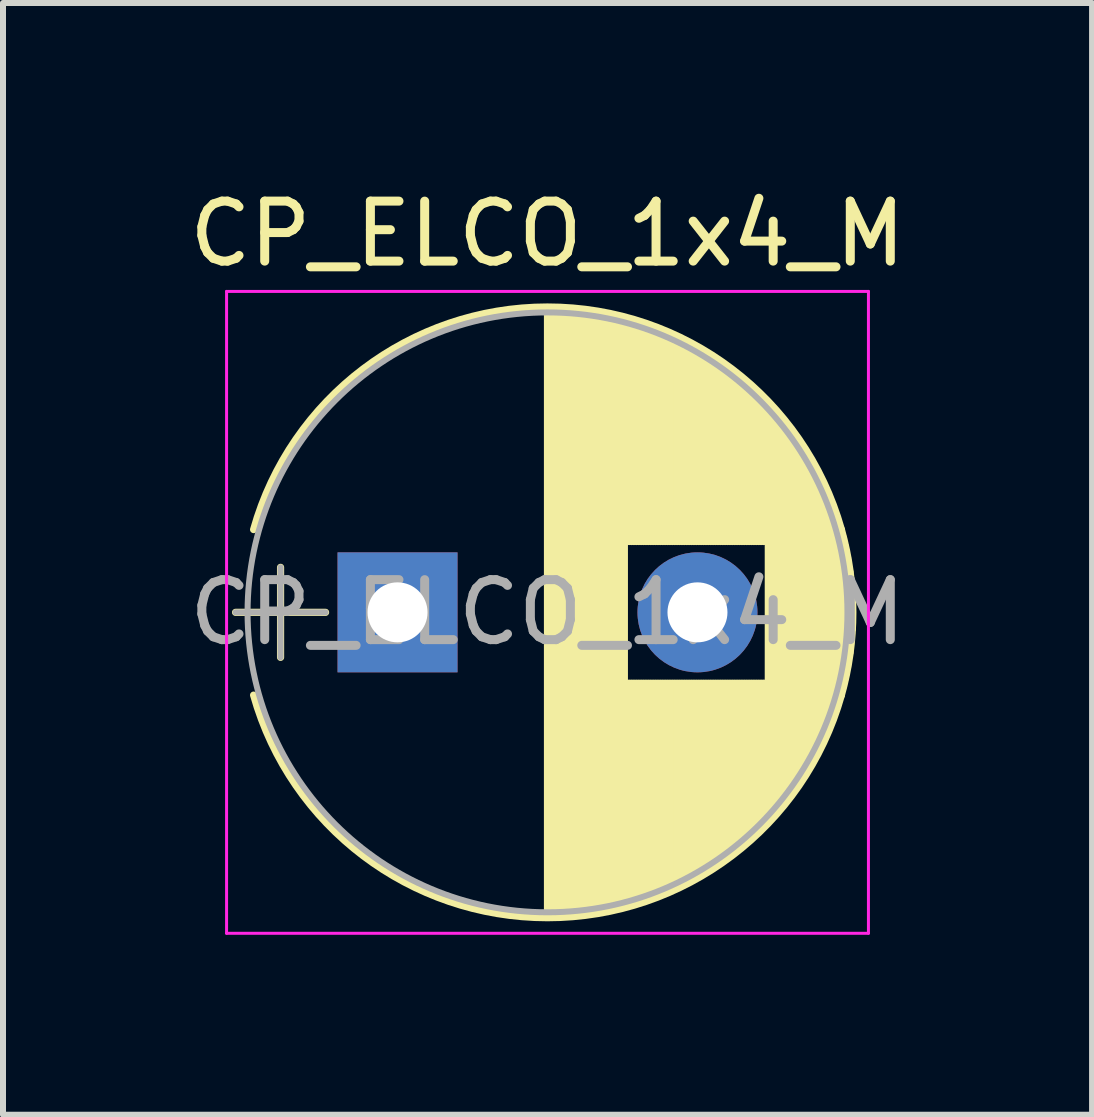
<source format=kicad_pcb>
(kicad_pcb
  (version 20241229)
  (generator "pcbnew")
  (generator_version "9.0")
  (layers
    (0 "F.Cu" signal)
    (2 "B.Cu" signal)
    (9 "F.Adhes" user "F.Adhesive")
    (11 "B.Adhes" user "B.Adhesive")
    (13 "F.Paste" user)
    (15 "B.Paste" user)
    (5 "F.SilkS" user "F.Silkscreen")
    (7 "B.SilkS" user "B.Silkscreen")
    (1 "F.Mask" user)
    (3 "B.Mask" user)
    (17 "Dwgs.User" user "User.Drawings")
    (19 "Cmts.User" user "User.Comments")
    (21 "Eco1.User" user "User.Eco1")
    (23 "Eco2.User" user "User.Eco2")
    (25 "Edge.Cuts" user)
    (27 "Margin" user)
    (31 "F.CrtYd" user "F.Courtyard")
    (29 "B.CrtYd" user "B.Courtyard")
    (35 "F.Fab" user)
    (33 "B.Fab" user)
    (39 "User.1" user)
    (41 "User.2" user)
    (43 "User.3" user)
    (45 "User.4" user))
  (footprint "CP_ELCO_1x4_M"
    (layer "F.Cu")
    (at 3.577 7.158)
    (property "Reference" "CP_ELCO_1x4_M" (at 2.5 -6.31 0) (layer "F.SilkS") (effects (font (size 1 1) (thickness 0.15))))
    (attr through_hole)
    (fp_line (start -2.7 0) (end -1.2 0) (stroke (width 0.12) (type solid)) (layer "F.SilkS"))
    (fp_line (start -1.95 -0.75) (end -1.95 0.75) (stroke (width 0.12) (type solid)) (layer "F.SilkS"))
    (fp_line (start 2.5 -5.05) (end 2.5 5.05) (stroke (width 0.12) (type solid)) (layer "F.SilkS"))
    (fp_line (start 2.54 -5.05) (end 2.54 5.05) (stroke (width 0.12) (type solid)) (layer "F.SilkS"))
    (fp_line (start 2.58 -5.05) (end 2.58 5.05) (stroke (width 0.12) (type solid)) (layer "F.SilkS"))
    (fp_line (start 2.62 -5.049) (end 2.62 5.049) (stroke (width 0.12) (type solid)) (layer "F.SilkS"))
    (fp_line (start 2.66 -5.048) (end 2.66 5.048) (stroke (width 0.12) (type solid)) (layer "F.SilkS"))
    (fp_line (start 2.7 -5.047) (end 2.7 5.047) (stroke (width 0.12) (type solid)) (layer "F.SilkS"))
    (fp_line (start 2.74 -5.045) (end 2.74 5.045) (stroke (width 0.12) (type solid)) (layer "F.SilkS"))
    (fp_line (start 2.78 -5.043) (end 2.78 5.043) (stroke (width 0.12) (type solid)) (layer "F.SilkS"))
    (fp_line (start 2.82 -5.04) (end 2.82 5.04) (stroke (width 0.12) (type solid)) (layer "F.SilkS"))
    (fp_line (start 2.86 -5.038) (end 2.86 5.038) (stroke (width 0.12) (type solid)) (layer "F.SilkS"))
    (fp_line (start 2.9 -5.035) (end 2.9 5.035) (stroke (width 0.12) (type solid)) (layer "F.SilkS"))
    (fp_line (start 2.94 -5.031) (end 2.94 5.031) (stroke (width 0.12) (type solid)) (layer "F.SilkS"))
    (fp_line (start 2.98 -5.028) (end 2.98 5.028) (stroke (width 0.12) (type solid)) (layer "F.SilkS"))
    (fp_line (start 3.02 -5.024) (end 3.02 5.024) (stroke (width 0.12) (type solid)) (layer "F.SilkS"))
    (fp_line (start 3.06 -5.02) (end 3.06 5.02) (stroke (width 0.12) (type solid)) (layer "F.SilkS"))
    (fp_line (start 3.1 -5.015) (end 3.1 5.015) (stroke (width 0.12) (type solid)) (layer "F.SilkS"))
    (fp_line (start 3.14 -5.01) (end 3.14 5.01) (stroke (width 0.12) (type solid)) (layer "F.SilkS"))
    (fp_line (start 3.18 -5.005) (end 3.18 5.005) (stroke (width 0.12) (type solid)) (layer "F.SilkS"))
    (fp_line (start 3.221 -4.999) (end 3.221 4.999) (stroke (width 0.12) (type solid)) (layer "F.SilkS"))
    (fp_line (start 3.261 -4.993) (end 3.261 4.993) (stroke (width 0.12) (type solid)) (layer "F.SilkS"))
    (fp_line (start 3.301 -4.987) (end 3.301 4.987) (stroke (width 0.12) (type solid)) (layer "F.SilkS"))
    (fp_line (start 3.341 -4.981) (end 3.341 4.981) (stroke (width 0.12) (type solid)) (layer "F.SilkS"))
    (fp_line (start 3.381 -4.974) (end 3.381 4.974) (stroke (width 0.12) (type solid)) (layer "F.SilkS"))
    (fp_line (start 3.421 -4.967) (end 3.421 4.967) (stroke (width 0.12) (type solid)) (layer "F.SilkS"))
    (fp_line (start 3.461 -4.959) (end 3.461 4.959) (stroke (width 0.12) (type solid)) (layer "F.SilkS"))
    (fp_line (start 3.501 -4.951) (end 3.501 4.951) (stroke (width 0.12) (type solid)) (layer "F.SilkS"))
    (fp_line (start 3.541 -4.943) (end 3.541 4.943) (stroke (width 0.12) (type solid)) (layer "F.SilkS"))
    (fp_line (start 3.581 -4.935) (end 3.581 4.935) (stroke (width 0.12) (type solid)) (layer "F.SilkS"))
    (fp_line (start 3.621 -4.926) (end 3.621 4.926) (stroke (width 0.12) (type solid)) (layer "F.SilkS"))
    (fp_line (start 3.661 -4.917) (end 3.661 4.917) (stroke (width 0.12) (type solid)) (layer "F.SilkS"))
    (fp_line (start 3.701 -4.907) (end 3.701 4.907) (stroke (width 0.12) (type solid)) (layer "F.SilkS"))
    (fp_line (start 3.741 -4.897) (end 3.741 4.897) (stroke (width 0.12) (type solid)) (layer "F.SilkS"))
    (fp_line (start 3.781 -4.887) (end 3.781 4.887) (stroke (width 0.12) (type solid)) (layer "F.SilkS"))
    (fp_line (start 3.821 -4.876) (end 3.821 -1.181) (stroke (width 0.12) (type solid)) (layer "F.SilkS"))
    (fp_line (start 3.821 1.181) (end 3.821 4.876) (stroke (width 0.12) (type solid)) (layer "F.SilkS"))
    (fp_line (start 3.861 -4.865) (end 3.861 -1.181) (stroke (width 0.12) (type solid)) (layer "F.SilkS"))
    (fp_line (start 3.861 1.181) (end 3.861 4.865) (stroke (width 0.12) (type solid)) (layer "F.SilkS"))
    (fp_line (start 3.901 -4.854) (end 3.901 -1.181) (stroke (width 0.12) (type solid)) (layer "F.SilkS"))
    (fp_line (start 3.901 1.181) (end 3.901 4.854) (stroke (width 0.12) (type solid)) (layer "F.SilkS"))
    (fp_line (start 3.941 -4.843) (end 3.941 -1.181) (stroke (width 0.12) (type solid)) (layer "F.SilkS"))
    (fp_line (start 3.941 1.181) (end 3.941 4.843) (stroke (width 0.12) (type solid)) (layer "F.SilkS"))
    (fp_line (start 3.981 -4.831) (end 3.981 -1.181) (stroke (width 0.12) (type solid)) (layer "F.SilkS"))
    (fp_line (start 3.981 1.181) (end 3.981 4.831) (stroke (width 0.12) (type solid)) (layer "F.SilkS"))
    (fp_line (start 4.021 -4.818) (end 4.021 -1.181) (stroke (width 0.12) (type solid)) (layer "F.SilkS"))
    (fp_line (start 4.021 1.181) (end 4.021 4.818) (stroke (width 0.12) (type solid)) (layer "F.SilkS"))
    (fp_line (start 4.061 -4.806) (end 4.061 -1.181) (stroke (width 0.12) (type solid)) (layer "F.SilkS"))
    (fp_line (start 4.061 1.181) (end 4.061 4.806) (stroke (width 0.12) (type solid)) (layer "F.SilkS"))
    (fp_line (start 4.101 -4.792) (end 4.101 -1.181) (stroke (width 0.12) (type solid)) (layer "F.SilkS"))
    (fp_line (start 4.101 1.181) (end 4.101 4.792) (stroke (width 0.12) (type solid)) (layer "F.SilkS"))
    (fp_line (start 4.141 -4.779) (end 4.141 -1.181) (stroke (width 0.12) (type solid)) (layer "F.SilkS"))
    (fp_line (start 4.141 1.181) (end 4.141 4.779) (stroke (width 0.12) (type solid)) (layer "F.SilkS"))
    (fp_line (start 4.181 -4.765) (end 4.181 -1.181) (stroke (width 0.12) (type solid)) (layer "F.SilkS"))
    (fp_line (start 4.181 1.181) (end 4.181 4.765) (stroke (width 0.12) (type solid)) (layer "F.SilkS"))
    (fp_line (start 4.221 -4.751) (end 4.221 -1.181) (stroke (width 0.12) (type solid)) (layer "F.SilkS"))
    (fp_line (start 4.221 1.181) (end 4.221 4.751) (stroke (width 0.12) (type solid)) (layer "F.SilkS"))
    (fp_line (start 4.261 -4.737) (end 4.261 -1.181) (stroke (width 0.12) (type solid)) (layer "F.SilkS"))
    (fp_line (start 4.261 1.181) (end 4.261 4.737) (stroke (width 0.12) (type solid)) (layer "F.SilkS"))
    (fp_line (start 4.301 -4.722) (end 4.301 -1.181) (stroke (width 0.12) (type solid)) (layer "F.SilkS"))
    (fp_line (start 4.301 1.181) (end 4.301 4.722) (stroke (width 0.12) (type solid)) (layer "F.SilkS"))
    (fp_line (start 4.341 -4.706) (end 4.341 -1.181) (stroke (width 0.12) (type solid)) (layer "F.SilkS"))
    (fp_line (start 4.341 1.181) (end 4.341 4.706) (stroke (width 0.12) (type solid)) (layer "F.SilkS"))
    (fp_line (start 4.381 -4.691) (end 4.381 -1.181) (stroke (width 0.12) (type solid)) (layer "F.SilkS"))
    (fp_line (start 4.381 1.181) (end 4.381 4.691) (stroke (width 0.12) (type solid)) (layer "F.SilkS"))
    (fp_line (start 4.421 -4.674) (end 4.421 -1.181) (stroke (width 0.12) (type solid)) (layer "F.SilkS"))
    (fp_line (start 4.421 1.181) (end 4.421 4.674) (stroke (width 0.12) (type solid)) (layer "F.SilkS"))
    (fp_line (start 4.461 -4.658) (end 4.461 -1.181) (stroke (width 0.12) (type solid)) (layer "F.SilkS"))
    (fp_line (start 4.461 1.181) (end 4.461 4.658) (stroke (width 0.12) (type solid)) (layer "F.SilkS"))
    (fp_line (start 4.501 -4.641) (end 4.501 -1.181) (stroke (width 0.12) (type solid)) (layer "F.SilkS"))
    (fp_line (start 4.501 1.181) (end 4.501 4.641) (stroke (width 0.12) (type solid)) (layer "F.SilkS"))
    (fp_line (start 4.541 -4.624) (end 4.541 -1.181) (stroke (width 0.12) (type solid)) (layer "F.SilkS"))
    (fp_line (start 4.541 1.181) (end 4.541 4.624) (stroke (width 0.12) (type solid)) (layer "F.SilkS"))
    (fp_line (start 4.581 -4.606) (end 4.581 -1.181) (stroke (width 0.12) (type solid)) (layer "F.SilkS"))
    (fp_line (start 4.581 1.181) (end 4.581 4.606) (stroke (width 0.12) (type solid)) (layer "F.SilkS"))
    (fp_line (start 4.621 -4.588) (end 4.621 -1.181) (stroke (width 0.12) (type solid)) (layer "F.SilkS"))
    (fp_line (start 4.621 1.181) (end 4.621 4.588) (stroke (width 0.12) (type solid)) (layer "F.SilkS"))
    (fp_line (start 4.661 -4.569) (end 4.661 -1.181) (stroke (width 0.12) (type solid)) (layer "F.SilkS"))
    (fp_line (start 4.661 1.181) (end 4.661 4.569) (stroke (width 0.12) (type solid)) (layer "F.SilkS"))
    (fp_line (start 4.701 -4.55) (end 4.701 -1.181) (stroke (width 0.12) (type solid)) (layer "F.SilkS"))
    (fp_line (start 4.701 1.181) (end 4.701 4.55) (stroke (width 0.12) (type solid)) (layer "F.SilkS"))
    (fp_line (start 4.741 -4.531) (end 4.741 -1.181) (stroke (width 0.12) (type solid)) (layer "F.SilkS"))
    (fp_line (start 4.741 1.181) (end 4.741 4.531) (stroke (width 0.12) (type solid)) (layer "F.SilkS"))
    (fp_line (start 4.781 -4.511) (end 4.781 -1.181) (stroke (width 0.12) (type solid)) (layer "F.SilkS"))
    (fp_line (start 4.781 1.181) (end 4.781 4.511) (stroke (width 0.12) (type solid)) (layer "F.SilkS"))
    (fp_line (start 4.821 -4.491) (end 4.821 -1.181) (stroke (width 0.12) (type solid)) (layer "F.SilkS"))
    (fp_line (start 4.821 1.181) (end 4.821 4.491) (stroke (width 0.12) (type solid)) (layer "F.SilkS"))
    (fp_line (start 4.861 -4.47) (end 4.861 -1.181) (stroke (width 0.12) (type solid)) (layer "F.SilkS"))
    (fp_line (start 4.861 1.181) (end 4.861 4.47) (stroke (width 0.12) (type solid)) (layer "F.SilkS"))
    (fp_line (start 4.901 -4.449) (end 4.901 -1.181) (stroke (width 0.12) (type solid)) (layer "F.SilkS"))
    (fp_line (start 4.901 1.181) (end 4.901 4.449) (stroke (width 0.12) (type solid)) (layer "F.SilkS"))
    (fp_line (start 4.941 -4.428) (end 4.941 -1.181) (stroke (width 0.12) (type solid)) (layer "F.SilkS"))
    (fp_line (start 4.941 1.181) (end 4.941 4.428) (stroke (width 0.12) (type solid)) (layer "F.SilkS"))
    (fp_line (start 4.981 -4.405) (end 4.981 -1.181) (stroke (width 0.12) (type solid)) (layer "F.SilkS"))
    (fp_line (start 4.981 1.181) (end 4.981 4.405) (stroke (width 0.12) (type solid)) (layer "F.SilkS"))
    (fp_line (start 5.021 -4.383) (end 5.021 -1.181) (stroke (width 0.12) (type solid)) (layer "F.SilkS"))
    (fp_line (start 5.021 1.181) (end 5.021 4.383) (stroke (width 0.12) (type solid)) (layer "F.SilkS"))
    (fp_line (start 5.061 -4.36) (end 5.061 -1.181) (stroke (width 0.12) (type solid)) (layer "F.SilkS"))
    (fp_line (start 5.061 1.181) (end 5.061 4.36) (stroke (width 0.12) (type solid)) (layer "F.SilkS"))
    (fp_line (start 5.101 -4.336) (end 5.101 -1.181) (stroke (width 0.12) (type solid)) (layer "F.SilkS"))
    (fp_line (start 5.101 1.181) (end 5.101 4.336) (stroke (width 0.12) (type solid)) (layer "F.SilkS"))
    (fp_line (start 5.141 -4.312) (end 5.141 -1.181) (stroke (width 0.12) (type solid)) (layer "F.SilkS"))
    (fp_line (start 5.141 1.181) (end 5.141 4.312) (stroke (width 0.12) (type solid)) (layer "F.SilkS"))
    (fp_line (start 5.181 -4.288) (end 5.181 -1.181) (stroke (width 0.12) (type solid)) (layer "F.SilkS"))
    (fp_line (start 5.181 1.181) (end 5.181 4.288) (stroke (width 0.12) (type solid)) (layer "F.SilkS"))
    (fp_line (start 5.221 -4.263) (end 5.221 -1.181) (stroke (width 0.12) (type solid)) (layer "F.SilkS"))
    (fp_line (start 5.221 1.181) (end 5.221 4.263) (stroke (width 0.12) (type solid)) (layer "F.SilkS"))
    (fp_line (start 5.261 -4.237) (end 5.261 -1.181) (stroke (width 0.12) (type solid)) (layer "F.SilkS"))
    (fp_line (start 5.261 1.181) (end 5.261 4.237) (stroke (width 0.12) (type solid)) (layer "F.SilkS"))
    (fp_line (start 5.301 -4.211) (end 5.301 -1.181) (stroke (width 0.12) (type solid)) (layer "F.SilkS"))
    (fp_line (start 5.301 1.181) (end 5.301 4.211) (stroke (width 0.12) (type solid)) (layer "F.SilkS"))
    (fp_line (start 5.341 -4.185) (end 5.341 -1.181) (stroke (width 0.12) (type solid)) (layer "F.SilkS"))
    (fp_line (start 5.341 1.181) (end 5.341 4.185) (stroke (width 0.12) (type solid)) (layer "F.SilkS"))
    (fp_line (start 5.381 -4.157) (end 5.381 -1.181) (stroke (width 0.12) (type solid)) (layer "F.SilkS"))
    (fp_line (start 5.381 1.181) (end 5.381 4.157) (stroke (width 0.12) (type solid)) (layer "F.SilkS"))
    (fp_line (start 5.421 -4.13) (end 5.421 -1.181) (stroke (width 0.12) (type solid)) (layer "F.SilkS"))
    (fp_line (start 5.421 1.181) (end 5.421 4.13) (stroke (width 0.12) (type solid)) (layer "F.SilkS"))
    (fp_line (start 5.461 -4.101) (end 5.461 -1.181) (stroke (width 0.12) (type solid)) (layer "F.SilkS"))
    (fp_line (start 5.461 1.181) (end 5.461 4.101) (stroke (width 0.12) (type solid)) (layer "F.SilkS"))
    (fp_line (start 5.501 -4.072) (end 5.501 -1.181) (stroke (width 0.12) (type solid)) (layer "F.SilkS"))
    (fp_line (start 5.501 1.181) (end 5.501 4.072) (stroke (width 0.12) (type solid)) (layer "F.SilkS"))
    (fp_line (start 5.541 -4.043) (end 5.541 -1.181) (stroke (width 0.12) (type solid)) (layer "F.SilkS"))
    (fp_line (start 5.541 1.181) (end 5.541 4.043) (stroke (width 0.12) (type solid)) (layer "F.SilkS"))
    (fp_line (start 5.581 -4.013) (end 5.581 -1.181) (stroke (width 0.12) (type solid)) (layer "F.SilkS"))
    (fp_line (start 5.581 1.181) (end 5.581 4.013) (stroke (width 0.12) (type solid)) (layer "F.SilkS"))
    (fp_line (start 5.621 -3.982) (end 5.621 -1.181) (stroke (width 0.12) (type solid)) (layer "F.SilkS"))
    (fp_line (start 5.621 1.181) (end 5.621 3.982) (stroke (width 0.12) (type solid)) (layer "F.SilkS"))
    (fp_line (start 5.661 -3.951) (end 5.661 -1.181) (stroke (width 0.12) (type solid)) (layer "F.SilkS"))
    (fp_line (start 5.661 1.181) (end 5.661 3.951) (stroke (width 0.12) (type solid)) (layer "F.SilkS"))
    (fp_line (start 5.701 -3.919) (end 5.701 -1.181) (stroke (width 0.12) (type solid)) (layer "F.SilkS"))
    (fp_line (start 5.701 1.181) (end 5.701 3.919) (stroke (width 0.12) (type solid)) (layer "F.SilkS"))
    (fp_line (start 5.741 -3.886) (end 5.741 -1.181) (stroke (width 0.12) (type solid)) (layer "F.SilkS"))
    (fp_line (start 5.741 1.181) (end 5.741 3.886) (stroke (width 0.12) (type solid)) (layer "F.SilkS"))
    (fp_line (start 5.781 -3.853) (end 5.781 -1.181) (stroke (width 0.12) (type solid)) (layer "F.SilkS"))
    (fp_line (start 5.781 1.181) (end 5.781 3.853) (stroke (width 0.12) (type solid)) (layer "F.SilkS"))
    (fp_line (start 5.821 -3.819) (end 5.821 -1.181) (stroke (width 0.12) (type solid)) (layer "F.SilkS"))
    (fp_line (start 5.821 1.181) (end 5.821 3.819) (stroke (width 0.12) (type solid)) (layer "F.SilkS"))
    (fp_line (start 5.861 -3.784) (end 5.861 -1.181) (stroke (width 0.12) (type solid)) (layer "F.SilkS"))
    (fp_line (start 5.861 1.181) (end 5.861 3.784) (stroke (width 0.12) (type solid)) (layer "F.SilkS"))
    (fp_line (start 5.901 -3.748) (end 5.901 -1.181) (stroke (width 0.12) (type solid)) (layer "F.SilkS"))
    (fp_line (start 5.901 1.181) (end 5.901 3.748) (stroke (width 0.12) (type solid)) (layer "F.SilkS"))
    (fp_line (start 5.941 -3.712) (end 5.941 -1.181) (stroke (width 0.12) (type solid)) (layer "F.SilkS"))
    (fp_line (start 5.941 1.181) (end 5.941 3.712) (stroke (width 0.12) (type solid)) (layer "F.SilkS"))
    (fp_line (start 5.981 -3.675) (end 5.981 -1.181) (stroke (width 0.12) (type solid)) (layer "F.SilkS"))
    (fp_line (start 5.981 1.181) (end 5.981 3.675) (stroke (width 0.12) (type solid)) (layer "F.SilkS"))
    (fp_line (start 6.021 -3.637) (end 6.021 -1.181) (stroke (width 0.12) (type solid)) (layer "F.SilkS"))
    (fp_line (start 6.021 1.181) (end 6.021 3.637) (stroke (width 0.12) (type solid)) (layer "F.SilkS"))
    (fp_line (start 6.061 -3.598) (end 6.061 -1.181) (stroke (width 0.12) (type solid)) (layer "F.SilkS"))
    (fp_line (start 6.061 1.181) (end 6.061 3.598) (stroke (width 0.12) (type solid)) (layer "F.SilkS"))
    (fp_line (start 6.101 -3.559) (end 6.101 -1.181) (stroke (width 0.12) (type solid)) (layer "F.SilkS"))
    (fp_line (start 6.101 1.181) (end 6.101 3.559) (stroke (width 0.12) (type solid)) (layer "F.SilkS"))
    (fp_line (start 6.141 -3.518) (end 6.141 -1.181) (stroke (width 0.12) (type solid)) (layer "F.SilkS"))
    (fp_line (start 6.141 1.181) (end 6.141 3.518) (stroke (width 0.12) (type solid)) (layer "F.SilkS"))
    (fp_line (start 6.181 -3.477) (end 6.181 3.477) (stroke (width 0.12) (type solid)) (layer "F.SilkS"))
    (fp_line (start 6.221 -3.435) (end 6.221 3.435) (stroke (width 0.12) (type solid)) (layer "F.SilkS"))
    (fp_line (start 6.261 -3.391) (end 6.261 3.391) (stroke (width 0.12) (type solid)) (layer "F.SilkS"))
    (fp_line (start 6.301 -3.347) (end 6.301 3.347) (stroke (width 0.12) (type solid)) (layer "F.SilkS"))
    (fp_line (start 6.341 -3.302) (end 6.341 3.302) (stroke (width 0.12) (type solid)) (layer "F.SilkS"))
    (fp_line (start 6.381 -3.255) (end 6.381 3.255) (stroke (width 0.12) (type solid)) (layer "F.SilkS"))
    (fp_line (start 6.421 -3.207) (end 6.421 3.207) (stroke (width 0.12) (type solid)) (layer "F.SilkS"))
    (fp_line (start 6.461 -3.158) (end 6.461 3.158) (stroke (width 0.12) (type solid)) (layer "F.SilkS"))
    (fp_line (start 6.501 -3.108) (end 6.501 3.108) (stroke (width 0.12) (type solid)) (layer "F.SilkS"))
    (fp_line (start 6.541 -3.057) (end 6.541 3.057) (stroke (width 0.12) (type solid)) (layer "F.SilkS"))
    (fp_line (start 6.581 -3.004) (end 6.581 3.004) (stroke (width 0.12) (type solid)) (layer "F.SilkS"))
    (fp_line (start 6.621 -2.949) (end 6.621 2.949) (stroke (width 0.12) (type solid)) (layer "F.SilkS"))
    (fp_line (start 6.661 -2.894) (end 6.661 2.894) (stroke (width 0.12) (type solid)) (layer "F.SilkS"))
    (fp_line (start 6.701 -2.836) (end 6.701 2.836) (stroke (width 0.12) (type solid)) (layer "F.SilkS"))
    (fp_line (start 6.741 -2.777) (end 6.741 2.777) (stroke (width 0.12) (type solid)) (layer "F.SilkS"))
    (fp_line (start 6.781 -2.715) (end 6.781 2.715) (stroke (width 0.12) (type solid)) (layer "F.SilkS"))
    (fp_line (start 6.821 -2.652) (end 6.821 2.652) (stroke (width 0.12) (type solid)) (layer "F.SilkS"))
    (fp_line (start 6.861 -2.587) (end 6.861 2.587) (stroke (width 0.12) (type solid)) (layer "F.SilkS"))
    (fp_line (start 6.901 -2.519) (end 6.901 2.519) (stroke (width 0.12) (type solid)) (layer "F.SilkS"))
    (fp_line (start 6.941 -2.449) (end 6.941 2.449) (stroke (width 0.12) (type solid)) (layer "F.SilkS"))
    (fp_line (start 6.981 -2.377) (end 6.981 2.377) (stroke (width 0.12) (type solid)) (layer "F.SilkS"))
    (fp_line (start 7.021 -2.301) (end 7.021 2.301) (stroke (width 0.12) (type solid)) (layer "F.SilkS"))
    (fp_line (start 7.061 -2.222) (end 7.061 2.222) (stroke (width 0.12) (type solid)) (layer "F.SilkS"))
    (fp_line (start 7.101 -2.14) (end 7.101 2.14) (stroke (width 0.12) (type solid)) (layer "F.SilkS"))
    (fp_line (start 7.141 -2.053) (end 7.141 2.053) (stroke (width 0.12) (type solid)) (layer "F.SilkS"))
    (fp_line (start 7.181 -1.962) (end 7.181 1.962) (stroke (width 0.12) (type solid)) (layer "F.SilkS"))
    (fp_line (start 7.221 -1.866) (end 7.221 1.866) (stroke (width 0.12) (type solid)) (layer "F.SilkS"))
    (fp_line (start 7.261 -1.763) (end 7.261 1.763) (stroke (width 0.12) (type solid)) (layer "F.SilkS"))
    (fp_line (start 7.301 -1.654) (end 7.301 1.654) (stroke (width 0.12) (type solid)) (layer "F.SilkS"))
    (fp_line (start 7.341 -1.536) (end 7.341 1.536) (stroke (width 0.12) (type solid)) (layer "F.SilkS"))
    (fp_line (start 7.381 -1.407) (end 7.381 1.407) (stroke (width 0.12) (type solid)) (layer "F.SilkS"))
    (fp_line (start 7.421 -1.265) (end 7.421 1.265) (stroke (width 0.12) (type solid)) (layer "F.SilkS"))
    (fp_line (start 7.461 -1.104) (end 7.461 1.104) (stroke (width 0.12) (type solid)) (layer "F.SilkS"))
    (fp_line (start 7.501 -0.913) (end 7.501 0.913) (stroke (width 0.12) (type solid)) (layer "F.SilkS"))
    (fp_line (start 7.541 -0.672) (end 7.541 0.672) (stroke (width 0.12) (type solid)) (layer "F.SilkS"))
    (fp_line (start 7.581 -0.279) (end 7.581 0.279) (stroke (width 0.12) (type solid)) (layer "F.SilkS"))
    (fp_arc (start -2.399357 -1.38) (mid 2.498304 -5.09) (end 7.398437 -1.383264) (stroke (width 0.12) (type solid)) (layer "F.SilkS"))
    (fp_arc (start 7.398437 1.383264) (mid 2.498304 5.09) (end -2.399357 1.38) (stroke (width 0.12) (type solid)) (layer "F.SilkS"))
    (fp_arc (start 7.399357 -1.38) (mid 7.59 0.001696) (end 7.398437 1.383264) (stroke (width 0.12) (type solid)) (layer "F.SilkS"))
    (fp_line (start -2.85 -5.35) (end -2.85 5.35) (stroke (width 0.05) (type solid)) (layer "F.CrtYd"))
    (fp_line (start -2.85 5.35) (end 7.85 5.35) (stroke (width 0.05) (type solid)) (layer "F.CrtYd"))
    (fp_line (start 7.85 -5.35) (end -2.85 -5.35) (stroke (width 0.05) (type solid)) (layer "F.CrtYd"))
    (fp_line (start 7.85 5.35) (end 7.85 -5.35) (stroke (width 0.05) (type solid)) (layer "F.CrtYd"))
    (fp_line (start -2.7 0) (end -1.2 0) (stroke (width 0.1) (type solid)) (layer "F.Fab"))
    (fp_line (start -1.95 -0.75) (end -1.95 0.75) (stroke (width 0.1) (type solid)) (layer "F.Fab"))
    (fp_circle (center 2.5 0) (end 7.5 0) (stroke (width 0.1) (type solid)) (fill no) (layer "F.Fab"))
    (fp_text user "${REFERENCE}" (at 2.5 0 0) (layer "F.Fab") (effects (font (size 1 1) (thickness 0.15))))
    (pad "1" thru_hole rect (at 0 0) (size 2 2) (drill 1) (layers "*.Cu" "*.Mask"))
    (pad "2" thru_hole circle (at 5 0) (size 2 2) (drill 1) (layers "*.Cu" "*.Mask")))
  (gr_rect
    (start -3 -3)
    (end 15.155 15.533)
    (stroke (width 0.1) (type default))
    (fill no)
    (layer "Edge.Cuts")))
</source>
